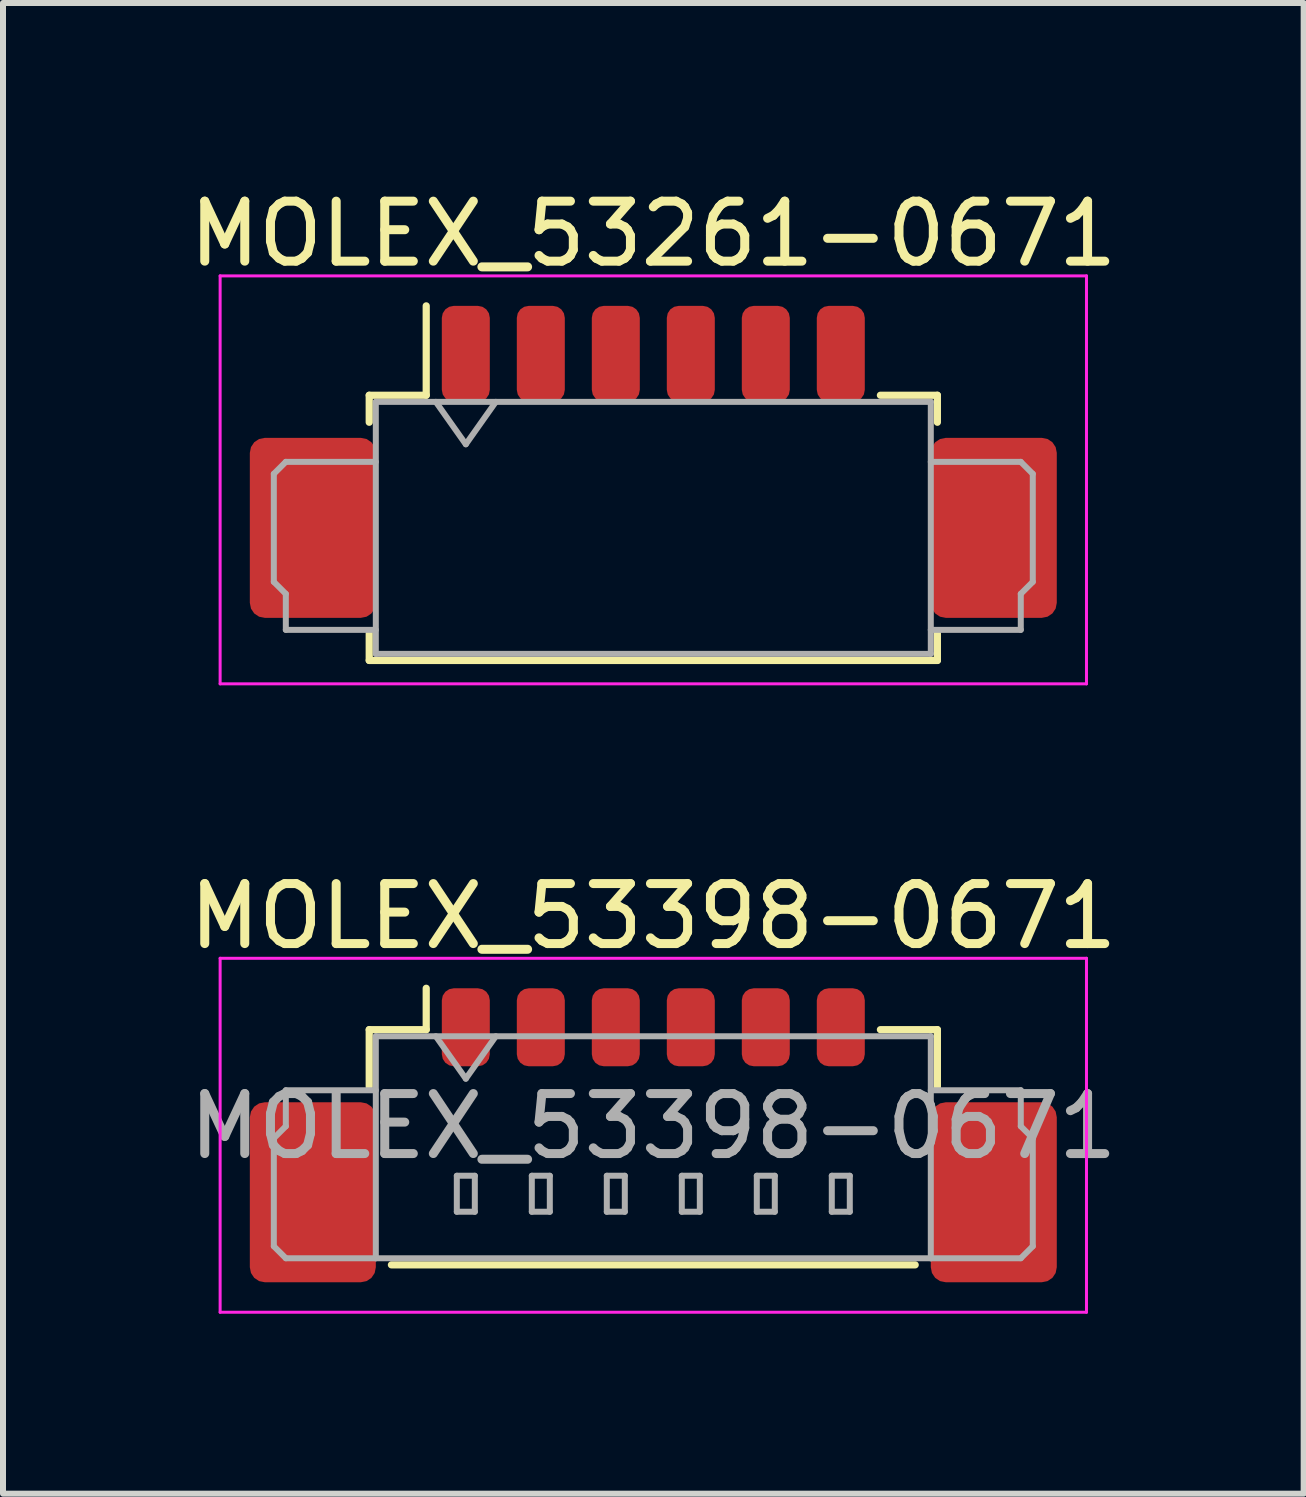
<source format=kicad_pcb>
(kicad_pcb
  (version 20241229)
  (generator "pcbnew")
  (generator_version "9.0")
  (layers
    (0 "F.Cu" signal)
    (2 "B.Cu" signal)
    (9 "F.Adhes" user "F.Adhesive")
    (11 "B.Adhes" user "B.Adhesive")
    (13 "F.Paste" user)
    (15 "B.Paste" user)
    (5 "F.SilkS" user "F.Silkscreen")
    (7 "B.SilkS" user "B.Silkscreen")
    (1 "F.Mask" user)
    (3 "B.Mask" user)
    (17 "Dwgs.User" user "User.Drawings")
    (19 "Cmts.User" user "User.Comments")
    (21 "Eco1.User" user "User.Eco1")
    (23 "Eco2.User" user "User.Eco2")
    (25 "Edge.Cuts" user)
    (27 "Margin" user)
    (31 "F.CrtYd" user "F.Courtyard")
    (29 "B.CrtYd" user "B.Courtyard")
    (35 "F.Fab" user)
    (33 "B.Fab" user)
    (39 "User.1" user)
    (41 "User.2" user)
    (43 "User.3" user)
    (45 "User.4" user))
  (footprint "MOLEX_53261-0671"
    (layer "F.Cu")
    (at 7.839 5.248)
    (property "Reference" "MOLEX_53261-0671" (at 0 -4.4 0) (layer "F.SilkS") (effects (font (size 1 1) (thickness 0.15))))
    (attr smd)
    (fp_line (start -4.735 -1.71) (end -3.785 -1.71) (stroke (width 0.12) (type solid)) (layer "F.SilkS"))
    (fp_line (start -4.735 -1.26) (end -4.735 -1.71) (stroke (width 0.12) (type solid)) (layer "F.SilkS"))
    (fp_line (start -4.735 2.26) (end -4.735 2.71) (stroke (width 0.12) (type solid)) (layer "F.SilkS"))
    (fp_line (start -4.735 2.71) (end 4.735 2.71) (stroke (width 0.12) (type solid)) (layer "F.SilkS"))
    (fp_line (start -3.785 -1.71) (end -3.785 -3.2) (stroke (width 0.12) (type solid)) (layer "F.SilkS"))
    (fp_line (start 4.735 -1.71) (end 3.785 -1.71) (stroke (width 0.12) (type solid)) (layer "F.SilkS"))
    (fp_line (start 4.735 -1.26) (end 4.735 -1.71) (stroke (width 0.12) (type solid)) (layer "F.SilkS"))
    (fp_line (start 4.735 2.71) (end 4.735 2.26) (stroke (width 0.12) (type solid)) (layer "F.SilkS"))
    (fp_line (start -7.22 -3.7) (end -7.22 3.1) (stroke (width 0.05) (type solid)) (layer "F.CrtYd"))
    (fp_line (start -7.22 3.1) (end 7.22 3.1) (stroke (width 0.05) (type solid)) (layer "F.CrtYd"))
    (fp_line (start 7.22 -3.7) (end -7.22 -3.7) (stroke (width 0.05) (type solid)) (layer "F.CrtYd"))
    (fp_line (start 7.22 3.1) (end 7.22 -3.7) (stroke (width 0.05) (type solid)) (layer "F.CrtYd"))
    (fp_line (start -6.325 -0.4) (end -6.325 1.4) (stroke (width 0.1) (type solid)) (layer "F.Fab"))
    (fp_line (start -6.325 1.4) (end -6.125 1.6) (stroke (width 0.1) (type solid)) (layer "F.Fab"))
    (fp_line (start -6.125 -0.6) (end -6.325 -0.4) (stroke (width 0.1) (type solid)) (layer "F.Fab"))
    (fp_line (start -6.125 1.6) (end -6.125 2.2) (stroke (width 0.1) (type solid)) (layer "F.Fab"))
    (fp_line (start -6.125 2.2) (end -4.625 2.2) (stroke (width 0.1) (type solid)) (layer "F.Fab"))
    (fp_line (start -4.625 -1.6) (end -4.625 2.6) (stroke (width 0.1) (type solid)) (layer "F.Fab"))
    (fp_line (start -4.625 -1.6) (end 4.625 -1.6) (stroke (width 0.1) (type solid)) (layer "F.Fab"))
    (fp_line (start -4.625 -0.6) (end -6.125 -0.6) (stroke (width 0.1) (type solid)) (layer "F.Fab"))
    (fp_line (start -4.625 2.6) (end 4.625 2.6) (stroke (width 0.1) (type solid)) (layer "F.Fab"))
    (fp_line (start -3.625 -1.6) (end -3.125 -0.893) (stroke (width 0.1) (type solid)) (layer "F.Fab"))
    (fp_line (start -3.125 -0.893) (end -2.625 -1.6) (stroke (width 0.1) (type solid)) (layer "F.Fab"))
    (fp_line (start 4.625 -1.6) (end 4.625 2.6) (stroke (width 0.1) (type solid)) (layer "F.Fab"))
    (fp_line (start 4.625 -0.6) (end 6.125 -0.6) (stroke (width 0.1) (type solid)) (layer "F.Fab"))
    (fp_line (start 6.125 -0.6) (end 6.325 -0.4) (stroke (width 0.1) (type solid)) (layer "F.Fab"))
    (fp_line (start 6.125 1.6) (end 6.125 2.2) (stroke (width 0.1) (type solid)) (layer "F.Fab"))
    (fp_line (start 6.125 2.2) (end 4.625 2.2) (stroke (width 0.1) (type solid)) (layer "F.Fab"))
    (fp_line (start 6.325 -0.4) (end 6.325 1.4) (stroke (width 0.1) (type solid)) (layer "F.Fab"))
    (fp_line (start 6.325 1.4) (end 6.125 1.6) (stroke (width 0.1) (type solid)) (layer "F.Fab"))
    (pad "1" smd roundrect (at -3.125 -2.4) (size 0.8 1.6) (layers "F.Cu" "F.Mask" "F.Paste") (roundrect_rratio 0.25))
    (pad "2" smd roundrect (at -1.875 -2.4) (size 0.8 1.6) (layers "F.Cu" "F.Mask" "F.Paste") (roundrect_rratio 0.25))
    (pad "3" smd roundrect (at -0.625 -2.4) (size 0.8 1.6) (layers "F.Cu" "F.Mask" "F.Paste") (roundrect_rratio 0.25))
    (pad "4" smd roundrect (at 0.625 -2.4) (size 0.8 1.6) (layers "F.Cu" "F.Mask" "F.Paste") (roundrect_rratio 0.25))
    (pad "5" smd roundrect (at 1.875 -2.4) (size 0.8 1.6) (layers "F.Cu" "F.Mask" "F.Paste") (roundrect_rratio 0.25))
    (pad "6" smd roundrect (at 3.125 -2.4) (size 0.8 1.6) (layers "F.Cu" "F.Mask" "F.Paste") (roundrect_rratio 0.25))
    (pad "MP" smd roundrect (at -5.675 0.5) (size 2.1 3) (layers "F.Cu" "F.Mask" "F.Paste") (roundrect_rratio 0.119))
    (pad "MP" smd roundrect (at 5.675 0.5) (size 2.1 3) (layers "F.Cu" "F.Mask" "F.Paste") (roundrect_rratio 0.119)))
  (footprint "MOLEX_53398-0671"
    (layer "F.Cu")
    (at 7.839 15.322)
    (property "Reference" "MOLEX_53398-0671" (at 0 -3.1 0) (layer "F.SilkS") (effects (font (size 1 1) (thickness 0.15))))
    (attr smd)
    (fp_line (start -4.735 -1.21) (end -3.785 -1.21) (stroke (width 0.12) (type solid)) (layer "F.SilkS"))
    (fp_line (start -4.735 -0.26) (end -4.735 -1.21) (stroke (width 0.12) (type solid)) (layer "F.SilkS"))
    (fp_line (start -4.365 2.71) (end 4.365 2.71) (stroke (width 0.12) (type solid)) (layer "F.SilkS"))
    (fp_line (start -3.785 -1.21) (end -3.785 -1.9) (stroke (width 0.12) (type solid)) (layer "F.SilkS"))
    (fp_line (start 4.735 -1.21) (end 3.785 -1.21) (stroke (width 0.12) (type solid)) (layer "F.SilkS"))
    (fp_line (start 4.735 -0.26) (end 4.735 -1.21) (stroke (width 0.12) (type solid)) (layer "F.SilkS"))
    (fp_line (start -7.22 -2.4) (end -7.22 3.5) (stroke (width 0.05) (type solid)) (layer "F.CrtYd"))
    (fp_line (start -7.22 3.5) (end 7.22 3.5) (stroke (width 0.05) (type solid)) (layer "F.CrtYd"))
    (fp_line (start 7.22 -2.4) (end -7.22 -2.4) (stroke (width 0.05) (type solid)) (layer "F.CrtYd"))
    (fp_line (start 7.22 3.5) (end 7.22 -2.4) (stroke (width 0.05) (type solid)) (layer "F.CrtYd"))
    (fp_line (start -6.325 0.6) (end -6.125 0.4) (stroke (width 0.1) (type solid)) (layer "F.Fab"))
    (fp_line (start -6.325 2.4) (end -6.325 0.6) (stroke (width 0.1) (type solid)) (layer "F.Fab"))
    (fp_line (start -6.125 -0.2) (end -4.625 -0.2) (stroke (width 0.1) (type solid)) (layer "F.Fab"))
    (fp_line (start -6.125 0.4) (end -6.125 -0.2) (stroke (width 0.1) (type solid)) (layer "F.Fab"))
    (fp_line (start -6.125 2.6) (end -6.325 2.4) (stroke (width 0.1) (type solid)) (layer "F.Fab"))
    (fp_line (start -4.625 -1.1) (end -4.625 2.6) (stroke (width 0.1) (type solid)) (layer "F.Fab"))
    (fp_line (start -4.625 -1.1) (end 4.625 -1.1) (stroke (width 0.1) (type solid)) (layer "F.Fab"))
    (fp_line (start -4.625 2.6) (end -6.125 2.6) (stroke (width 0.1) (type solid)) (layer "F.Fab"))
    (fp_line (start -4.625 2.6) (end 4.625 2.6) (stroke (width 0.1) (type solid)) (layer "F.Fab"))
    (fp_line (start -3.625 -1.1) (end -3.125 -0.393) (stroke (width 0.1) (type solid)) (layer "F.Fab"))
    (fp_line (start -3.275 1.225) (end -3.275 1.825) (stroke (width 0.1) (type solid)) (layer "F.Fab"))
    (fp_line (start -3.275 1.825) (end -2.975 1.825) (stroke (width 0.1) (type solid)) (layer "F.Fab"))
    (fp_line (start -3.125 -0.393) (end -2.625 -1.1) (stroke (width 0.1) (type solid)) (layer "F.Fab"))
    (fp_line (start -2.975 1.225) (end -3.275 1.225) (stroke (width 0.1) (type solid)) (layer "F.Fab"))
    (fp_line (start -2.975 1.825) (end -2.975 1.225) (stroke (width 0.1) (type solid)) (layer "F.Fab"))
    (fp_line (start -2.025 1.225) (end -2.025 1.825) (stroke (width 0.1) (type solid)) (layer "F.Fab"))
    (fp_line (start -2.025 1.825) (end -1.725 1.825) (stroke (width 0.1) (type solid)) (layer "F.Fab"))
    (fp_line (start -1.725 1.225) (end -2.025 1.225) (stroke (width 0.1) (type solid)) (layer "F.Fab"))
    (fp_line (start -1.725 1.825) (end -1.725 1.225) (stroke (width 0.1) (type solid)) (layer "F.Fab"))
    (fp_line (start -0.775 1.225) (end -0.775 1.825) (stroke (width 0.1) (type solid)) (layer "F.Fab"))
    (fp_line (start -0.775 1.825) (end -0.475 1.825) (stroke (width 0.1) (type solid)) (layer "F.Fab"))
    (fp_line (start -0.475 1.225) (end -0.775 1.225) (stroke (width 0.1) (type solid)) (layer "F.Fab"))
    (fp_line (start -0.475 1.825) (end -0.475 1.225) (stroke (width 0.1) (type solid)) (layer "F.Fab"))
    (fp_line (start 0.475 1.225) (end 0.475 1.825) (stroke (width 0.1) (type solid)) (layer "F.Fab"))
    (fp_line (start 0.475 1.825) (end 0.775 1.825) (stroke (width 0.1) (type solid)) (layer "F.Fab"))
    (fp_line (start 0.775 1.225) (end 0.475 1.225) (stroke (width 0.1) (type solid)) (layer "F.Fab"))
    (fp_line (start 0.775 1.825) (end 0.775 1.225) (stroke (width 0.1) (type solid)) (layer "F.Fab"))
    (fp_line (start 1.725 1.225) (end 1.725 1.825) (stroke (width 0.1) (type solid)) (layer "F.Fab"))
    (fp_line (start 1.725 1.825) (end 2.025 1.825) (stroke (width 0.1) (type solid)) (layer "F.Fab"))
    (fp_line (start 2.025 1.225) (end 1.725 1.225) (stroke (width 0.1) (type solid)) (layer "F.Fab"))
    (fp_line (start 2.025 1.825) (end 2.025 1.225) (stroke (width 0.1) (type solid)) (layer "F.Fab"))
    (fp_line (start 2.975 1.225) (end 2.975 1.825) (stroke (width 0.1) (type solid)) (layer "F.Fab"))
    (fp_line (start 2.975 1.825) (end 3.275 1.825) (stroke (width 0.1) (type solid)) (layer "F.Fab"))
    (fp_line (start 3.275 1.225) (end 2.975 1.225) (stroke (width 0.1) (type solid)) (layer "F.Fab"))
    (fp_line (start 3.275 1.825) (end 3.275 1.225) (stroke (width 0.1) (type solid)) (layer "F.Fab"))
    (fp_line (start 4.625 -1.1) (end 4.625 2.6) (stroke (width 0.1) (type solid)) (layer "F.Fab"))
    (fp_line (start 4.625 2.6) (end 6.125 2.6) (stroke (width 0.1) (type solid)) (layer "F.Fab"))
    (fp_line (start 6.125 -0.2) (end 4.625 -0.2) (stroke (width 0.1) (type solid)) (layer "F.Fab"))
    (fp_line (start 6.125 0.4) (end 6.125 -0.2) (stroke (width 0.1) (type solid)) (layer "F.Fab"))
    (fp_line (start 6.125 2.6) (end 6.325 2.4) (stroke (width 0.1) (type solid)) (layer "F.Fab"))
    (fp_line (start 6.325 0.6) (end 6.125 0.4) (stroke (width 0.1) (type solid)) (layer "F.Fab"))
    (fp_line (start 6.325 2.4) (end 6.325 0.6) (stroke (width 0.1) (type solid)) (layer "F.Fab"))
    (fp_text user "${REFERENCE}" (at 0 0.4 0) (layer "F.Fab") (effects (font (size 1 1) (thickness 0.15))))
    (pad "1" smd roundrect (at -3.125 -1.25) (size 0.8 1.3) (layers "F.Cu" "F.Mask" "F.Paste") (roundrect_rratio 0.25))
    (pad "2" smd roundrect (at -1.875 -1.25) (size 0.8 1.3) (layers "F.Cu" "F.Mask" "F.Paste") (roundrect_rratio 0.25))
    (pad "3" smd roundrect (at -0.625 -1.25) (size 0.8 1.3) (layers "F.Cu" "F.Mask" "F.Paste") (roundrect_rratio 0.25))
    (pad "4" smd roundrect (at 0.625 -1.25) (size 0.8 1.3) (layers "F.Cu" "F.Mask" "F.Paste") (roundrect_rratio 0.25))
    (pad "5" smd roundrect (at 1.875 -1.25) (size 0.8 1.3) (layers "F.Cu" "F.Mask" "F.Paste") (roundrect_rratio 0.25))
    (pad "6" smd roundrect (at 3.125 -1.25) (size 0.8 1.3) (layers "F.Cu" "F.Mask" "F.Paste") (roundrect_rratio 0.25))
    (pad "MP" smd roundrect (at -5.675 1.5) (size 2.1 3) (layers "F.Cu" "F.Mask" "F.Paste") (roundrect_rratio 0.119))
    (pad "MP" smd roundrect (at 5.675 1.5) (size 2.1 3) (layers "F.Cu" "F.Mask" "F.Paste") (roundrect_rratio 0.119)))
  (gr_rect
    (start -3 -3)
    (end 18.679 21.846)
    (stroke (width 0.1) (type default))
    (fill no)
    (layer "Edge.Cuts")))
</source>
